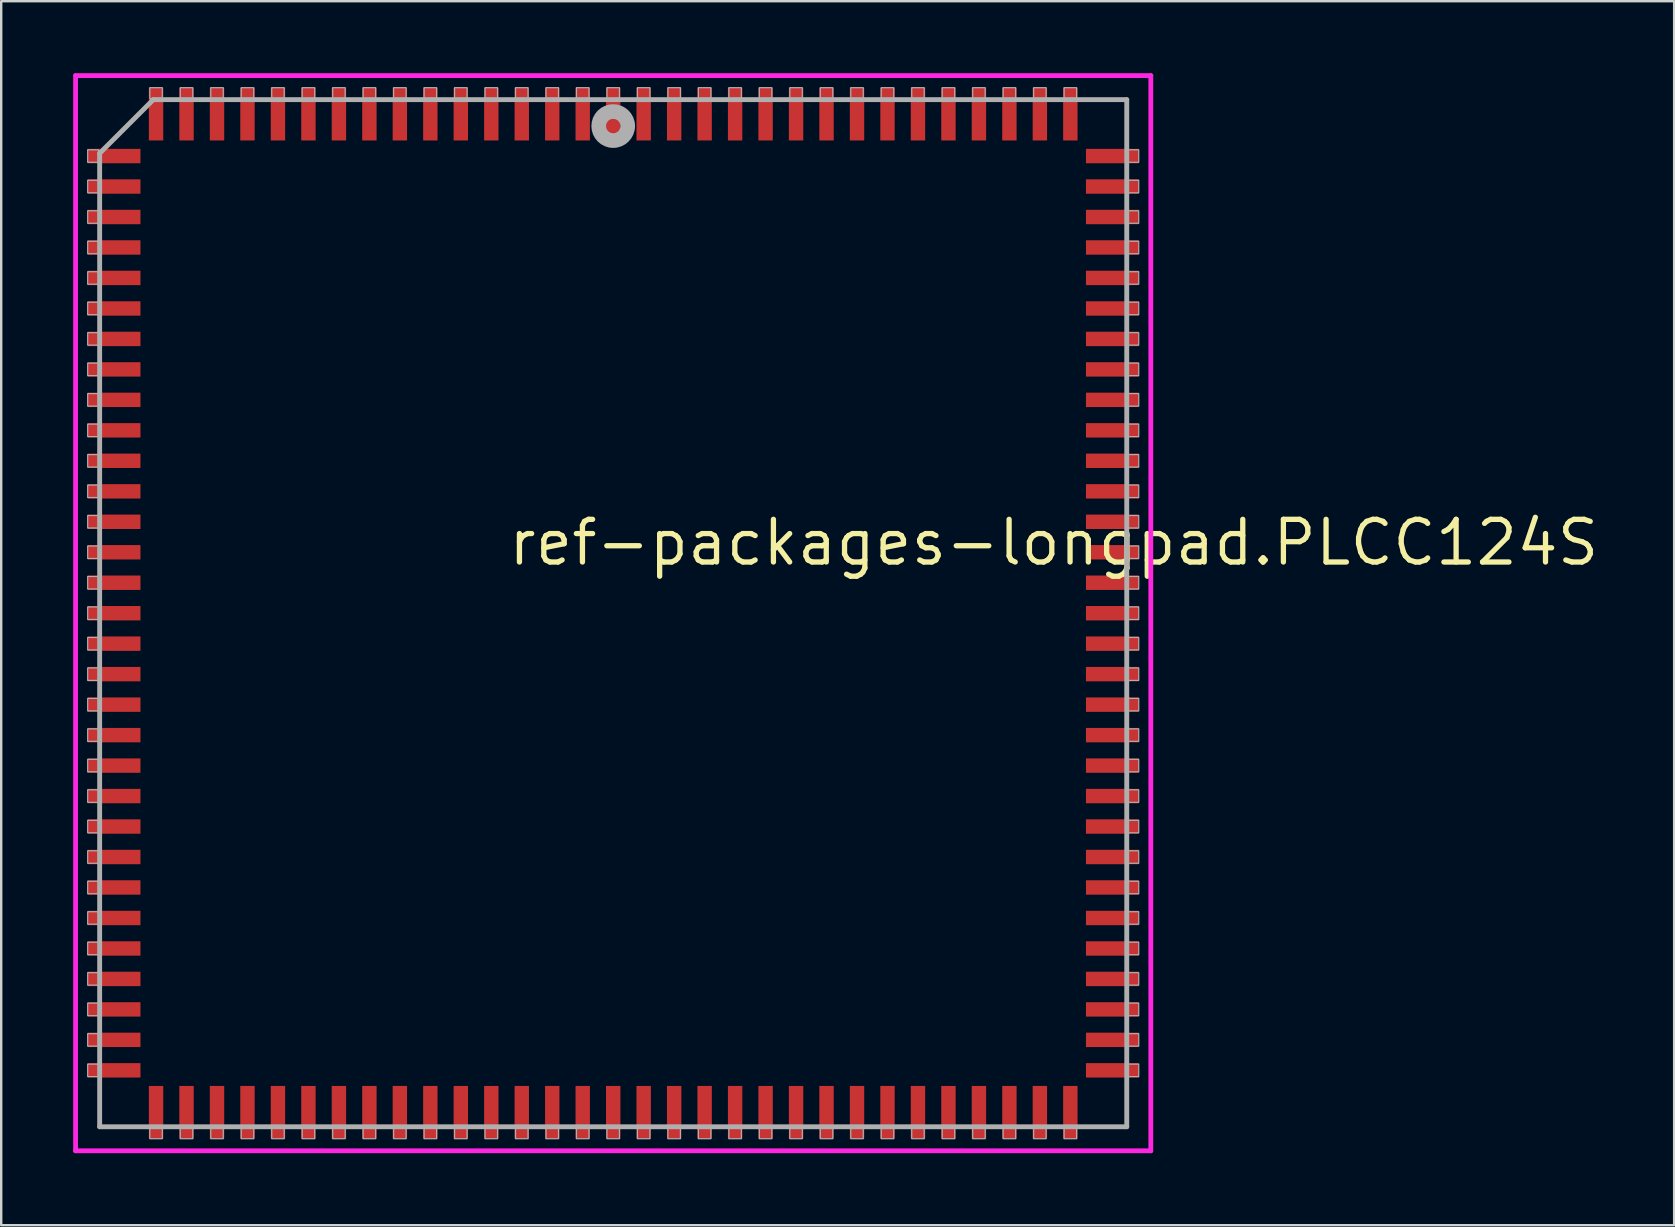
<source format=kicad_pcb>
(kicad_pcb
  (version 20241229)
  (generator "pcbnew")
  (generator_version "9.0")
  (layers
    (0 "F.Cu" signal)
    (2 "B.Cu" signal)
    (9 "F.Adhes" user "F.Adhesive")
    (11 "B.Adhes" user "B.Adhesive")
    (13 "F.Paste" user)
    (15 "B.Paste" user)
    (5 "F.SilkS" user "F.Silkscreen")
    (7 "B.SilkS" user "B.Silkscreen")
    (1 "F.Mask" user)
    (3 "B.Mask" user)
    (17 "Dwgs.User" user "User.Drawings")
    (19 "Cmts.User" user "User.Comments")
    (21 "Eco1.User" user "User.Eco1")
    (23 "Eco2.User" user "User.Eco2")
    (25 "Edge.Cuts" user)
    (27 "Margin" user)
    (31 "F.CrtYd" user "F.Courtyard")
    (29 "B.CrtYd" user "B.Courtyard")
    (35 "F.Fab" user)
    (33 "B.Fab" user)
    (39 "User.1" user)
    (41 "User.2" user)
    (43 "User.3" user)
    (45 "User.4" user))
  (footprint "ref-packages-longpad.PLCC124S"
    (layer "F.Cu")
    (at 22.503 22.503)
    (property "Reference" "ref-packages-longpad.PLCC124S" (at -4.475 -1.905 0) (layer "F.SilkS") (effects (font (size 1.778 1.778) (thickness 0.22)) (justify left bottom)))
    (attr smd)
    (fp_line (start -22.403 -22.403) (end 22.403 -22.403) (stroke (width 0.2) (type default)) (layer "F.CrtYd"))
    (fp_line (start -22.403 22.403) (end -22.403 -22.403) (stroke (width 0.2) (type default)) (layer "F.CrtYd"))
    (fp_line (start 22.403 -22.403) (end 22.403 22.403) (stroke (width 0.2) (type default)) (layer "F.CrtYd"))
    (fp_line (start 22.403 22.403) (end -22.403 22.403) (stroke (width 0.2) (type default)) (layer "F.CrtYd"))
    (fp_line (start -21.4 -19.165) (end -21.4 21.4) (stroke (width 0.203) (type default)) (layer "F.Fab"))
    (fp_line (start -21.4 21.4) (end 21.4 21.4) (stroke (width 0.203) (type default)) (layer "F.Fab"))
    (fp_line (start -19.165 -21.4) (end -21.4 -19.165) (stroke (width 0.203) (type default)) (layer "F.Fab"))
    (fp_line (start 21.4 -21.4) (end -19.165 -21.4) (stroke (width 0.203) (type default)) (layer "F.Fab"))
    (fp_line (start 21.4 21.4) (end 21.4 -21.4) (stroke (width 0.203) (type default)) (layer "F.Fab"))
    (fp_rect (start -21.9 -18.79) (end -21.45 -19.31) (stroke (width 0.05) (type default)) (fill no) (layer "F.Fab"))
    (fp_rect (start -21.9 -17.52) (end -21.45 -18.04) (stroke (width 0.05) (type default)) (fill no) (layer "F.Fab"))
    (fp_rect (start -21.9 -16.25) (end -21.45 -16.77) (stroke (width 0.05) (type default)) (fill no) (layer "F.Fab"))
    (fp_rect (start -21.9 -14.98) (end -21.45 -15.5) (stroke (width 0.05) (type default)) (fill no) (layer "F.Fab"))
    (fp_rect (start -21.9 -13.71) (end -21.45 -14.23) (stroke (width 0.05) (type default)) (fill no) (layer "F.Fab"))
    (fp_rect (start -21.9 -12.44) (end -21.45 -12.96) (stroke (width 0.05) (type default)) (fill no) (layer "F.Fab"))
    (fp_rect (start -21.9 -11.17) (end -21.45 -11.69) (stroke (width 0.05) (type default)) (fill no) (layer "F.Fab"))
    (fp_rect (start -21.9 -9.9) (end -21.45 -10.42) (stroke (width 0.05) (type default)) (fill no) (layer "F.Fab"))
    (fp_rect (start -21.9 -8.63) (end -21.45 -9.15) (stroke (width 0.05) (type default)) (fill no) (layer "F.Fab"))
    (fp_rect (start -21.9 -7.36) (end -21.45 -7.88) (stroke (width 0.05) (type default)) (fill no) (layer "F.Fab"))
    (fp_rect (start -21.9 -6.09) (end -21.45 -6.61) (stroke (width 0.05) (type default)) (fill no) (layer "F.Fab"))
    (fp_rect (start -21.9 -4.82) (end -21.45 -5.34) (stroke (width 0.05) (type default)) (fill no) (layer "F.Fab"))
    (fp_rect (start -21.9 -3.55) (end -21.45 -4.07) (stroke (width 0.05) (type default)) (fill no) (layer "F.Fab"))
    (fp_rect (start -21.9 -2.28) (end -21.45 -2.8) (stroke (width 0.05) (type default)) (fill no) (layer "F.Fab"))
    (fp_rect (start -21.9 -1.01) (end -21.45 -1.53) (stroke (width 0.05) (type default)) (fill no) (layer "F.Fab"))
    (fp_rect (start -21.9 0.26) (end -21.45 -0.26) (stroke (width 0.05) (type default)) (fill no) (layer "F.Fab"))
    (fp_rect (start -21.9 1.53) (end -21.45 1.01) (stroke (width 0.05) (type default)) (fill no) (layer "F.Fab"))
    (fp_rect (start -21.9 2.8) (end -21.45 2.28) (stroke (width 0.05) (type default)) (fill no) (layer "F.Fab"))
    (fp_rect (start -21.9 4.07) (end -21.45 3.55) (stroke (width 0.05) (type default)) (fill no) (layer "F.Fab"))
    (fp_rect (start -21.9 5.34) (end -21.45 4.82) (stroke (width 0.05) (type default)) (fill no) (layer "F.Fab"))
    (fp_rect (start -21.9 6.61) (end -21.45 6.09) (stroke (width 0.05) (type default)) (fill no) (layer "F.Fab"))
    (fp_rect (start -21.9 7.88) (end -21.45 7.36) (stroke (width 0.05) (type default)) (fill no) (layer "F.Fab"))
    (fp_rect (start -21.9 9.15) (end -21.45 8.63) (stroke (width 0.05) (type default)) (fill no) (layer "F.Fab"))
    (fp_rect (start -21.9 10.42) (end -21.45 9.9) (stroke (width 0.05) (type default)) (fill no) (layer "F.Fab"))
    (fp_rect (start -21.9 11.69) (end -21.45 11.17) (stroke (width 0.05) (type default)) (fill no) (layer "F.Fab"))
    (fp_rect (start -21.9 12.96) (end -21.45 12.44) (stroke (width 0.05) (type default)) (fill no) (layer "F.Fab"))
    (fp_rect (start -21.9 14.23) (end -21.45 13.71) (stroke (width 0.05) (type default)) (fill no) (layer "F.Fab"))
    (fp_rect (start -21.9 15.5) (end -21.45 14.98) (stroke (width 0.05) (type default)) (fill no) (layer "F.Fab"))
    (fp_rect (start -21.9 16.77) (end -21.45 16.25) (stroke (width 0.05) (type default)) (fill no) (layer "F.Fab"))
    (fp_rect (start -21.9 18.04) (end -21.45 17.52) (stroke (width 0.05) (type default)) (fill no) (layer "F.Fab"))
    (fp_rect (start -21.9 19.31) (end -21.45 18.79) (stroke (width 0.05) (type default)) (fill no) (layer "F.Fab"))
    (fp_rect (start -19.31 -21.45) (end -18.79 -21.9) (stroke (width 0.05) (type default)) (fill no) (layer "F.Fab"))
    (fp_rect (start -19.31 21.9) (end -18.79 21.45) (stroke (width 0.05) (type default)) (fill no) (layer "F.Fab"))
    (fp_rect (start -18.04 -21.45) (end -17.52 -21.9) (stroke (width 0.05) (type default)) (fill no) (layer "F.Fab"))
    (fp_rect (start -18.04 21.9) (end -17.52 21.45) (stroke (width 0.05) (type default)) (fill no) (layer "F.Fab"))
    (fp_rect (start -16.77 -21.45) (end -16.25 -21.9) (stroke (width 0.05) (type default)) (fill no) (layer "F.Fab"))
    (fp_rect (start -16.77 21.9) (end -16.25 21.45) (stroke (width 0.05) (type default)) (fill no) (layer "F.Fab"))
    (fp_rect (start -15.5 -21.45) (end -14.98 -21.9) (stroke (width 0.05) (type default)) (fill no) (layer "F.Fab"))
    (fp_rect (start -15.5 21.9) (end -14.98 21.45) (stroke (width 0.05) (type default)) (fill no) (layer "F.Fab"))
    (fp_rect (start -14.23 -21.45) (end -13.71 -21.9) (stroke (width 0.05) (type default)) (fill no) (layer "F.Fab"))
    (fp_rect (start -14.23 21.9) (end -13.71 21.45) (stroke (width 0.05) (type default)) (fill no) (layer "F.Fab"))
    (fp_rect (start -12.96 -21.45) (end -12.44 -21.9) (stroke (width 0.05) (type default)) (fill no) (layer "F.Fab"))
    (fp_rect (start -12.96 21.9) (end -12.44 21.45) (stroke (width 0.05) (type default)) (fill no) (layer "F.Fab"))
    (fp_rect (start -11.69 -21.45) (end -11.17 -21.9) (stroke (width 0.05) (type default)) (fill no) (layer "F.Fab"))
    (fp_rect (start -11.69 21.9) (end -11.17 21.45) (stroke (width 0.05) (type default)) (fill no) (layer "F.Fab"))
    (fp_rect (start -10.42 -21.45) (end -9.9 -21.9) (stroke (width 0.05) (type default)) (fill no) (layer "F.Fab"))
    (fp_rect (start -10.42 21.9) (end -9.9 21.45) (stroke (width 0.05) (type default)) (fill no) (layer "F.Fab"))
    (fp_rect (start -9.15 -21.45) (end -8.63 -21.9) (stroke (width 0.05) (type default)) (fill no) (layer "F.Fab"))
    (fp_rect (start -9.15 21.9) (end -8.63 21.45) (stroke (width 0.05) (type default)) (fill no) (layer "F.Fab"))
    (fp_rect (start -7.88 -21.45) (end -7.36 -21.9) (stroke (width 0.05) (type default)) (fill no) (layer "F.Fab"))
    (fp_rect (start -7.88 21.9) (end -7.36 21.45) (stroke (width 0.05) (type default)) (fill no) (layer "F.Fab"))
    (fp_rect (start -6.61 -21.45) (end -6.09 -21.9) (stroke (width 0.05) (type default)) (fill no) (layer "F.Fab"))
    (fp_rect (start -6.61 21.9) (end -6.09 21.45) (stroke (width 0.05) (type default)) (fill no) (layer "F.Fab"))
    (fp_rect (start -5.34 -21.45) (end -4.82 -21.9) (stroke (width 0.05) (type default)) (fill no) (layer "F.Fab"))
    (fp_rect (start -5.34 21.9) (end -4.82 21.45) (stroke (width 0.05) (type default)) (fill no) (layer "F.Fab"))
    (fp_rect (start -4.07 -21.45) (end -3.55 -21.9) (stroke (width 0.05) (type default)) (fill no) (layer "F.Fab"))
    (fp_rect (start -4.07 21.9) (end -3.55 21.45) (stroke (width 0.05) (type default)) (fill no) (layer "F.Fab"))
    (fp_rect (start -2.8 -21.45) (end -2.28 -21.9) (stroke (width 0.05) (type default)) (fill no) (layer "F.Fab"))
    (fp_rect (start -2.8 21.9) (end -2.28 21.45) (stroke (width 0.05) (type default)) (fill no) (layer "F.Fab"))
    (fp_rect (start -1.53 -21.45) (end -1.01 -21.9) (stroke (width 0.05) (type default)) (fill no) (layer "F.Fab"))
    (fp_rect (start -1.53 21.9) (end -1.01 21.45) (stroke (width 0.05) (type default)) (fill no) (layer "F.Fab"))
    (fp_rect (start -0.26 -21.45) (end 0.26 -21.9) (stroke (width 0.05) (type default)) (fill no) (layer "F.Fab"))
    (fp_rect (start -0.26 21.9) (end 0.26 21.45) (stroke (width 0.05) (type default)) (fill no) (layer "F.Fab"))
    (fp_rect (start 1.01 -21.45) (end 1.53 -21.9) (stroke (width 0.05) (type default)) (fill no) (layer "F.Fab"))
    (fp_rect (start 1.01 21.9) (end 1.53 21.45) (stroke (width 0.05) (type default)) (fill no) (layer "F.Fab"))
    (fp_rect (start 2.28 -21.45) (end 2.8 -21.9) (stroke (width 0.05) (type default)) (fill no) (layer "F.Fab"))
    (fp_rect (start 2.28 21.9) (end 2.8 21.45) (stroke (width 0.05) (type default)) (fill no) (layer "F.Fab"))
    (fp_rect (start 3.55 -21.45) (end 4.07 -21.9) (stroke (width 0.05) (type default)) (fill no) (layer "F.Fab"))
    (fp_rect (start 3.55 21.9) (end 4.07 21.45) (stroke (width 0.05) (type default)) (fill no) (layer "F.Fab"))
    (fp_rect (start 4.82 -21.45) (end 5.34 -21.9) (stroke (width 0.05) (type default)) (fill no) (layer "F.Fab"))
    (fp_rect (start 4.82 21.9) (end 5.34 21.45) (stroke (width 0.05) (type default)) (fill no) (layer "F.Fab"))
    (fp_rect (start 6.09 -21.45) (end 6.61 -21.9) (stroke (width 0.05) (type default)) (fill no) (layer "F.Fab"))
    (fp_rect (start 6.09 21.9) (end 6.61 21.45) (stroke (width 0.05) (type default)) (fill no) (layer "F.Fab"))
    (fp_rect (start 7.36 -21.45) (end 7.88 -21.9) (stroke (width 0.05) (type default)) (fill no) (layer "F.Fab"))
    (fp_rect (start 7.36 21.9) (end 7.88 21.45) (stroke (width 0.05) (type default)) (fill no) (layer "F.Fab"))
    (fp_rect (start 8.63 -21.45) (end 9.15 -21.9) (stroke (width 0.05) (type default)) (fill no) (layer "F.Fab"))
    (fp_rect (start 8.63 21.9) (end 9.15 21.45) (stroke (width 0.05) (type default)) (fill no) (layer "F.Fab"))
    (fp_rect (start 9.9 -21.45) (end 10.42 -21.9) (stroke (width 0.05) (type default)) (fill no) (layer "F.Fab"))
    (fp_rect (start 9.9 21.9) (end 10.42 21.45) (stroke (width 0.05) (type default)) (fill no) (layer "F.Fab"))
    (fp_rect (start 11.17 -21.45) (end 11.69 -21.9) (stroke (width 0.05) (type default)) (fill no) (layer "F.Fab"))
    (fp_rect (start 11.17 21.9) (end 11.69 21.45) (stroke (width 0.05) (type default)) (fill no) (layer "F.Fab"))
    (fp_rect (start 12.44 -21.45) (end 12.96 -21.9) (stroke (width 0.05) (type default)) (fill no) (layer "F.Fab"))
    (fp_rect (start 12.44 21.9) (end 12.96 21.45) (stroke (width 0.05) (type default)) (fill no) (layer "F.Fab"))
    (fp_rect (start 13.71 -21.45) (end 14.23 -21.9) (stroke (width 0.05) (type default)) (fill no) (layer "F.Fab"))
    (fp_rect (start 13.71 21.9) (end 14.23 21.45) (stroke (width 0.05) (type default)) (fill no) (layer "F.Fab"))
    (fp_rect (start 14.98 -21.45) (end 15.5 -21.9) (stroke (width 0.05) (type default)) (fill no) (layer "F.Fab"))
    (fp_rect (start 14.98 21.9) (end 15.5 21.45) (stroke (width 0.05) (type default)) (fill no) (layer "F.Fab"))
    (fp_rect (start 16.25 -21.45) (end 16.77 -21.9) (stroke (width 0.05) (type default)) (fill no) (layer "F.Fab"))
    (fp_rect (start 16.25 21.9) (end 16.77 21.45) (stroke (width 0.05) (type default)) (fill no) (layer "F.Fab"))
    (fp_rect (start 17.52 -21.45) (end 18.04 -21.9) (stroke (width 0.05) (type default)) (fill no) (layer "F.Fab"))
    (fp_rect (start 17.52 21.9) (end 18.04 21.45) (stroke (width 0.05) (type default)) (fill no) (layer "F.Fab"))
    (fp_rect (start 18.79 -21.45) (end 19.31 -21.9) (stroke (width 0.05) (type default)) (fill no) (layer "F.Fab"))
    (fp_rect (start 18.79 21.9) (end 19.31 21.45) (stroke (width 0.05) (type default)) (fill no) (layer "F.Fab"))
    (fp_rect (start 21.45 -18.79) (end 21.9 -19.31) (stroke (width 0.05) (type default)) (fill no) (layer "F.Fab"))
    (fp_rect (start 21.45 -17.52) (end 21.9 -18.04) (stroke (width 0.05) (type default)) (fill no) (layer "F.Fab"))
    (fp_rect (start 21.45 -16.25) (end 21.9 -16.77) (stroke (width 0.05) (type default)) (fill no) (layer "F.Fab"))
    (fp_rect (start 21.45 -14.98) (end 21.9 -15.5) (stroke (width 0.05) (type default)) (fill no) (layer "F.Fab"))
    (fp_rect (start 21.45 -13.71) (end 21.9 -14.23) (stroke (width 0.05) (type default)) (fill no) (layer "F.Fab"))
    (fp_rect (start 21.45 -12.44) (end 21.9 -12.96) (stroke (width 0.05) (type default)) (fill no) (layer "F.Fab"))
    (fp_rect (start 21.45 -11.17) (end 21.9 -11.69) (stroke (width 0.05) (type default)) (fill no) (layer "F.Fab"))
    (fp_rect (start 21.45 -9.9) (end 21.9 -10.42) (stroke (width 0.05) (type default)) (fill no) (layer "F.Fab"))
    (fp_rect (start 21.45 -8.63) (end 21.9 -9.15) (stroke (width 0.05) (type default)) (fill no) (layer "F.Fab"))
    (fp_rect (start 21.45 -7.36) (end 21.9 -7.88) (stroke (width 0.05) (type default)) (fill no) (layer "F.Fab"))
    (fp_rect (start 21.45 -6.09) (end 21.9 -6.61) (stroke (width 0.05) (type default)) (fill no) (layer "F.Fab"))
    (fp_rect (start 21.45 -4.82) (end 21.9 -5.34) (stroke (width 0.05) (type default)) (fill no) (layer "F.Fab"))
    (fp_rect (start 21.45 -3.55) (end 21.9 -4.07) (stroke (width 0.05) (type default)) (fill no) (layer "F.Fab"))
    (fp_rect (start 21.45 -2.28) (end 21.9 -2.8) (stroke (width 0.05) (type default)) (fill no) (layer "F.Fab"))
    (fp_rect (start 21.45 -1.01) (end 21.9 -1.53) (stroke (width 0.05) (type default)) (fill no) (layer "F.Fab"))
    (fp_rect (start 21.45 0.26) (end 21.9 -0.26) (stroke (width 0.05) (type default)) (fill no) (layer "F.Fab"))
    (fp_rect (start 21.45 1.53) (end 21.9 1.01) (stroke (width 0.05) (type default)) (fill no) (layer "F.Fab"))
    (fp_rect (start 21.45 2.8) (end 21.9 2.28) (stroke (width 0.05) (type default)) (fill no) (layer "F.Fab"))
    (fp_rect (start 21.45 4.07) (end 21.9 3.55) (stroke (width 0.05) (type default)) (fill no) (layer "F.Fab"))
    (fp_rect (start 21.45 5.34) (end 21.9 4.82) (stroke (width 0.05) (type default)) (fill no) (layer "F.Fab"))
    (fp_rect (start 21.45 6.61) (end 21.9 6.09) (stroke (width 0.05) (type default)) (fill no) (layer "F.Fab"))
    (fp_rect (start 21.45 7.88) (end 21.9 7.36) (stroke (width 0.05) (type default)) (fill no) (layer "F.Fab"))
    (fp_rect (start 21.45 9.15) (end 21.9 8.63) (stroke (width 0.05) (type default)) (fill no) (layer "F.Fab"))
    (fp_rect (start 21.45 10.42) (end 21.9 9.9) (stroke (width 0.05) (type default)) (fill no) (layer "F.Fab"))
    (fp_rect (start 21.45 11.69) (end 21.9 11.17) (stroke (width 0.05) (type default)) (fill no) (layer "F.Fab"))
    (fp_rect (start 21.45 12.96) (end 21.9 12.44) (stroke (width 0.05) (type default)) (fill no) (layer "F.Fab"))
    (fp_rect (start 21.45 14.23) (end 21.9 13.71) (stroke (width 0.05) (type default)) (fill no) (layer "F.Fab"))
    (fp_rect (start 21.45 15.5) (end 21.9 14.98) (stroke (width 0.05) (type default)) (fill no) (layer "F.Fab"))
    (fp_rect (start 21.45 16.77) (end 21.9 16.25) (stroke (width 0.05) (type default)) (fill no) (layer "F.Fab"))
    (fp_rect (start 21.45 18.04) (end 21.9 17.52) (stroke (width 0.05) (type default)) (fill no) (layer "F.Fab"))
    (fp_rect (start 21.45 19.31) (end 21.9 18.79) (stroke (width 0.05) (type default)) (fill no) (layer "F.Fab"))
    (fp_circle (center 0 -20.3) (end 0.3 -20.3) (stroke (width 0.61) (type default)) (fill no) (layer "F.Fab"))
    (pad "1" smd roundrect (at 0 -20.8) (size 0.6 2.2) (layers "F.Cu" "F.Mask" "F.Paste") (roundrect_rratio 0.01))
    (pad "2" smd roundrect (at -1.27 -20.8) (size 0.6 2.2) (layers "F.Cu" "F.Mask" "F.Paste") (roundrect_rratio 0.01))
    (pad "3" smd roundrect (at -2.54 -20.8) (size 0.6 2.2) (layers "F.Cu" "F.Mask" "F.Paste") (roundrect_rratio 0.01))
    (pad "4" smd roundrect (at -3.81 -20.8) (size 0.6 2.2) (layers "F.Cu" "F.Mask" "F.Paste") (roundrect_rratio 0.01))
    (pad "5" smd roundrect (at -5.08 -20.8) (size 0.6 2.2) (layers "F.Cu" "F.Mask" "F.Paste") (roundrect_rratio 0.01))
    (pad "6" smd roundrect (at -6.35 -20.8) (size 0.6 2.2) (layers "F.Cu" "F.Mask" "F.Paste") (roundrect_rratio 0.01))
    (pad "7" smd roundrect (at -7.62 -20.8) (size 0.6 2.2) (layers "F.Cu" "F.Mask" "F.Paste") (roundrect_rratio 0.01))
    (pad "8" smd roundrect (at -8.89 -20.8) (size 0.6 2.2) (layers "F.Cu" "F.Mask" "F.Paste") (roundrect_rratio 0.01))
    (pad "9" smd roundrect (at -10.16 -20.8) (size 0.6 2.2) (layers "F.Cu" "F.Mask" "F.Paste") (roundrect_rratio 0.01))
    (pad "10" smd roundrect (at -11.43 -20.8) (size 0.6 2.2) (layers "F.Cu" "F.Mask" "F.Paste") (roundrect_rratio 0.01))
    (pad "11" smd roundrect (at -12.7 -20.8) (size 0.6 2.2) (layers "F.Cu" "F.Mask" "F.Paste") (roundrect_rratio 0.01))
    (pad "12" smd roundrect (at -13.97 -20.8) (size 0.6 2.2) (layers "F.Cu" "F.Mask" "F.Paste") (roundrect_rratio 0.01))
    (pad "13" smd roundrect (at -15.24 -20.8) (size 0.6 2.2) (layers "F.Cu" "F.Mask" "F.Paste") (roundrect_rratio 0.01))
    (pad "14" smd roundrect (at -16.51 -20.8) (size 0.6 2.2) (layers "F.Cu" "F.Mask" "F.Paste") (roundrect_rratio 0.01))
    (pad "15" smd roundrect (at -17.78 -20.8) (size 0.6 2.2) (layers "F.Cu" "F.Mask" "F.Paste") (roundrect_rratio 0.01))
    (pad "16" smd roundrect (at -19.05 -20.8) (size 0.6 2.2) (layers "F.Cu" "F.Mask" "F.Paste") (roundrect_rratio 0.01))
    (pad "17" smd roundrect (at -20.8 -19.05) (size 2.2 0.6) (layers "F.Cu" "F.Mask" "F.Paste") (roundrect_rratio 0.01))
    (pad "18" smd roundrect (at -20.8 -17.78) (size 2.2 0.6) (layers "F.Cu" "F.Mask" "F.Paste") (roundrect_rratio 0.01))
    (pad "19" smd roundrect (at -20.8 -16.51) (size 2.2 0.6) (layers "F.Cu" "F.Mask" "F.Paste") (roundrect_rratio 0.01))
    (pad "20" smd roundrect (at -20.8 -15.24) (size 2.2 0.6) (layers "F.Cu" "F.Mask" "F.Paste") (roundrect_rratio 0.01))
    (pad "21" smd roundrect (at -20.8 -13.97) (size 2.2 0.6) (layers "F.Cu" "F.Mask" "F.Paste") (roundrect_rratio 0.01))
    (pad "22" smd roundrect (at -20.8 -12.7) (size 2.2 0.6) (layers "F.Cu" "F.Mask" "F.Paste") (roundrect_rratio 0.01))
    (pad "23" smd roundrect (at -20.8 -11.43) (size 2.2 0.6) (layers "F.Cu" "F.Mask" "F.Paste") (roundrect_rratio 0.01))
    (pad "24" smd roundrect (at -20.8 -10.16) (size 2.2 0.6) (layers "F.Cu" "F.Mask" "F.Paste") (roundrect_rratio 0.01))
    (pad "25" smd roundrect (at -20.8 -8.89) (size 2.2 0.6) (layers "F.Cu" "F.Mask" "F.Paste") (roundrect_rratio 0.01))
    (pad "26" smd roundrect (at -20.8 -7.62) (size 2.2 0.6) (layers "F.Cu" "F.Mask" "F.Paste") (roundrect_rratio 0.01))
    (pad "27" smd roundrect (at -20.8 -6.35) (size 2.2 0.6) (layers "F.Cu" "F.Mask" "F.Paste") (roundrect_rratio 0.01))
    (pad "28" smd roundrect (at -20.8 -5.08) (size 2.2 0.6) (layers "F.Cu" "F.Mask" "F.Paste") (roundrect_rratio 0.01))
    (pad "29" smd roundrect (at -20.8 -3.81) (size 2.2 0.6) (layers "F.Cu" "F.Mask" "F.Paste") (roundrect_rratio 0.01))
    (pad "30" smd roundrect (at -20.8 -2.54) (size 2.2 0.6) (layers "F.Cu" "F.Mask" "F.Paste") (roundrect_rratio 0.01))
    (pad "31" smd roundrect (at -20.8 -1.27) (size 2.2 0.6) (layers "F.Cu" "F.Mask" "F.Paste") (roundrect_rratio 0.01))
    (pad "32" smd roundrect (at -20.8 0) (size 2.2 0.6) (layers "F.Cu" "F.Mask" "F.Paste") (roundrect_rratio 0.01))
    (pad "33" smd roundrect (at -20.8 1.27) (size 2.2 0.6) (layers "F.Cu" "F.Mask" "F.Paste") (roundrect_rratio 0.01))
    (pad "34" smd roundrect (at -20.8 2.54) (size 2.2 0.6) (layers "F.Cu" "F.Mask" "F.Paste") (roundrect_rratio 0.01))
    (pad "35" smd roundrect (at -20.8 3.81) (size 2.2 0.6) (layers "F.Cu" "F.Mask" "F.Paste") (roundrect_rratio 0.01))
    (pad "36" smd roundrect (at -20.8 5.08) (size 2.2 0.6) (layers "F.Cu" "F.Mask" "F.Paste") (roundrect_rratio 0.01))
    (pad "37" smd roundrect (at -20.8 6.35) (size 2.2 0.6) (layers "F.Cu" "F.Mask" "F.Paste") (roundrect_rratio 0.01))
    (pad "38" smd roundrect (at -20.8 7.62) (size 2.2 0.6) (layers "F.Cu" "F.Mask" "F.Paste") (roundrect_rratio 0.01))
    (pad "39" smd roundrect (at -20.8 8.89) (size 2.2 0.6) (layers "F.Cu" "F.Mask" "F.Paste") (roundrect_rratio 0.01))
    (pad "40" smd roundrect (at -20.8 10.16) (size 2.2 0.6) (layers "F.Cu" "F.Mask" "F.Paste") (roundrect_rratio 0.01))
    (pad "41" smd roundrect (at -20.8 11.43) (size 2.2 0.6) (layers "F.Cu" "F.Mask" "F.Paste") (roundrect_rratio 0.01))
    (pad "42" smd roundrect (at -20.8 12.7) (size 2.2 0.6) (layers "F.Cu" "F.Mask" "F.Paste") (roundrect_rratio 0.01))
    (pad "43" smd roundrect (at -20.8 13.97) (size 2.2 0.6) (layers "F.Cu" "F.Mask" "F.Paste") (roundrect_rratio 0.01))
    (pad "44" smd roundrect (at -20.8 15.24) (size 2.2 0.6) (layers "F.Cu" "F.Mask" "F.Paste") (roundrect_rratio 0.01))
    (pad "45" smd roundrect (at -20.8 16.51) (size 2.2 0.6) (layers "F.Cu" "F.Mask" "F.Paste") (roundrect_rratio 0.01))
    (pad "46" smd roundrect (at -20.8 17.78) (size 2.2 0.6) (layers "F.Cu" "F.Mask" "F.Paste") (roundrect_rratio 0.01))
    (pad "47" smd roundrect (at -20.8 19.05) (size 2.2 0.6) (layers "F.Cu" "F.Mask" "F.Paste") (roundrect_rratio 0.01))
    (pad "48" smd roundrect (at -19.05 20.8) (size 0.6 2.2) (layers "F.Cu" "F.Mask" "F.Paste") (roundrect_rratio 0.01))
    (pad "49" smd roundrect (at -17.78 20.8) (size 0.6 2.2) (layers "F.Cu" "F.Mask" "F.Paste") (roundrect_rratio 0.01))
    (pad "50" smd roundrect (at -16.51 20.8) (size 0.6 2.2) (layers "F.Cu" "F.Mask" "F.Paste") (roundrect_rratio 0.01))
    (pad "51" smd roundrect (at -15.24 20.8) (size 0.6 2.2) (layers "F.Cu" "F.Mask" "F.Paste") (roundrect_rratio 0.01))
    (pad "52" smd roundrect (at -13.97 20.8) (size 0.6 2.2) (layers "F.Cu" "F.Mask" "F.Paste") (roundrect_rratio 0.01))
    (pad "53" smd roundrect (at -12.7 20.8) (size 0.6 2.2) (layers "F.Cu" "F.Mask" "F.Paste") (roundrect_rratio 0.01))
    (pad "54" smd roundrect (at -11.43 20.8) (size 0.6 2.2) (layers "F.Cu" "F.Mask" "F.Paste") (roundrect_rratio 0.01))
    (pad "55" smd roundrect (at -10.16 20.8) (size 0.6 2.2) (layers "F.Cu" "F.Mask" "F.Paste") (roundrect_rratio 0.01))
    (pad "56" smd roundrect (at -8.89 20.8) (size 0.6 2.2) (layers "F.Cu" "F.Mask" "F.Paste") (roundrect_rratio 0.01))
    (pad "57" smd roundrect (at -7.62 20.8) (size 0.6 2.2) (layers "F.Cu" "F.Mask" "F.Paste") (roundrect_rratio 0.01))
    (pad "58" smd roundrect (at -6.35 20.8) (size 0.6 2.2) (layers "F.Cu" "F.Mask" "F.Paste") (roundrect_rratio 0.01))
    (pad "59" smd roundrect (at -5.08 20.8) (size 0.6 2.2) (layers "F.Cu" "F.Mask" "F.Paste") (roundrect_rratio 0.01))
    (pad "60" smd roundrect (at -3.81 20.8) (size 0.6 2.2) (layers "F.Cu" "F.Mask" "F.Paste") (roundrect_rratio 0.01))
    (pad "61" smd roundrect (at -2.54 20.8) (size 0.6 2.2) (layers "F.Cu" "F.Mask" "F.Paste") (roundrect_rratio 0.01))
    (pad "62" smd roundrect (at -1.27 20.8) (size 0.6 2.2) (layers "F.Cu" "F.Mask" "F.Paste") (roundrect_rratio 0.01))
    (pad "63" smd roundrect (at 0 20.8) (size 0.6 2.2) (layers "F.Cu" "F.Mask" "F.Paste") (roundrect_rratio 0.01))
    (pad "64" smd roundrect (at 1.27 20.8) (size 0.6 2.2) (layers "F.Cu" "F.Mask" "F.Paste") (roundrect_rratio 0.01))
    (pad "65" smd roundrect (at 2.54 20.8) (size 0.6 2.2) (layers "F.Cu" "F.Mask" "F.Paste") (roundrect_rratio 0.01))
    (pad "66" smd roundrect (at 3.81 20.8) (size 0.6 2.2) (layers "F.Cu" "F.Mask" "F.Paste") (roundrect_rratio 0.01))
    (pad "67" smd roundrect (at 5.08 20.8) (size 0.6 2.2) (layers "F.Cu" "F.Mask" "F.Paste") (roundrect_rratio 0.01))
    (pad "68" smd roundrect (at 6.35 20.8) (size 0.6 2.2) (layers "F.Cu" "F.Mask" "F.Paste") (roundrect_rratio 0.01))
    (pad "69" smd roundrect (at 7.62 20.8) (size 0.6 2.2) (layers "F.Cu" "F.Mask" "F.Paste") (roundrect_rratio 0.01))
    (pad "70" smd roundrect (at 8.89 20.8) (size 0.6 2.2) (layers "F.Cu" "F.Mask" "F.Paste") (roundrect_rratio 0.01))
    (pad "71" smd roundrect (at 10.16 20.8) (size 0.6 2.2) (layers "F.Cu" "F.Mask" "F.Paste") (roundrect_rratio 0.01))
    (pad "72" smd roundrect (at 11.43 20.8) (size 0.6 2.2) (layers "F.Cu" "F.Mask" "F.Paste") (roundrect_rratio 0.01))
    (pad "73" smd roundrect (at 12.7 20.8) (size 0.6 2.2) (layers "F.Cu" "F.Mask" "F.Paste") (roundrect_rratio 0.01))
    (pad "74" smd roundrect (at 13.97 20.8) (size 0.6 2.2) (layers "F.Cu" "F.Mask" "F.Paste") (roundrect_rratio 0.01))
    (pad "75" smd roundrect (at 15.24 20.8) (size 0.6 2.2) (layers "F.Cu" "F.Mask" "F.Paste") (roundrect_rratio 0.01))
    (pad "76" smd roundrect (at 16.51 20.8) (size 0.6 2.2) (layers "F.Cu" "F.Mask" "F.Paste") (roundrect_rratio 0.01))
    (pad "77" smd roundrect (at 17.78 20.8) (size 0.6 2.2) (layers "F.Cu" "F.Mask" "F.Paste") (roundrect_rratio 0.01))
    (pad "78" smd roundrect (at 19.05 20.8) (size 0.6 2.2) (layers "F.Cu" "F.Mask" "F.Paste") (roundrect_rratio 0.01))
    (pad "79" smd roundrect (at 20.8 19.05) (size 2.2 0.6) (layers "F.Cu" "F.Mask" "F.Paste") (roundrect_rratio 0.01))
    (pad "80" smd roundrect (at 20.8 17.78) (size 2.2 0.6) (layers "F.Cu" "F.Mask" "F.Paste") (roundrect_rratio 0.01))
    (pad "81" smd roundrect (at 20.8 16.51) (size 2.2 0.6) (layers "F.Cu" "F.Mask" "F.Paste") (roundrect_rratio 0.01))
    (pad "82" smd roundrect (at 20.8 15.24) (size 2.2 0.6) (layers "F.Cu" "F.Mask" "F.Paste") (roundrect_rratio 0.01))
    (pad "83" smd roundrect (at 20.8 13.97) (size 2.2 0.6) (layers "F.Cu" "F.Mask" "F.Paste") (roundrect_rratio 0.01))
    (pad "84" smd roundrect (at 20.8 12.7) (size 2.2 0.6) (layers "F.Cu" "F.Mask" "F.Paste") (roundrect_rratio 0.01))
    (pad "85" smd roundrect (at 20.8 11.43) (size 2.2 0.6) (layers "F.Cu" "F.Mask" "F.Paste") (roundrect_rratio 0.01))
    (pad "86" smd roundrect (at 20.8 10.16) (size 2.2 0.6) (layers "F.Cu" "F.Mask" "F.Paste") (roundrect_rratio 0.01))
    (pad "87" smd roundrect (at 20.8 8.89) (size 2.2 0.6) (layers "F.Cu" "F.Mask" "F.Paste") (roundrect_rratio 0.01))
    (pad "88" smd roundrect (at 20.8 7.62) (size 2.2 0.6) (layers "F.Cu" "F.Mask" "F.Paste") (roundrect_rratio 0.01))
    (pad "89" smd roundrect (at 20.8 6.35) (size 2.2 0.6) (layers "F.Cu" "F.Mask" "F.Paste") (roundrect_rratio 0.01))
    (pad "90" smd roundrect (at 20.8 5.08) (size 2.2 0.6) (layers "F.Cu" "F.Mask" "F.Paste") (roundrect_rratio 0.01))
    (pad "91" smd roundrect (at 20.8 3.81) (size 2.2 0.6) (layers "F.Cu" "F.Mask" "F.Paste") (roundrect_rratio 0.01))
    (pad "92" smd roundrect (at 20.8 2.54) (size 2.2 0.6) (layers "F.Cu" "F.Mask" "F.Paste") (roundrect_rratio 0.01))
    (pad "93" smd roundrect (at 20.8 1.27) (size 2.2 0.6) (layers "F.Cu" "F.Mask" "F.Paste") (roundrect_rratio 0.01))
    (pad "94" smd roundrect (at 20.8 0) (size 2.2 0.6) (layers "F.Cu" "F.Mask" "F.Paste") (roundrect_rratio 0.01))
    (pad "95" smd roundrect (at 20.8 -1.27) (size 2.2 0.6) (layers "F.Cu" "F.Mask" "F.Paste") (roundrect_rratio 0.01))
    (pad "96" smd roundrect (at 20.8 -2.54) (size 2.2 0.6) (layers "F.Cu" "F.Mask" "F.Paste") (roundrect_rratio 0.01))
    (pad "97" smd roundrect (at 20.8 -3.81) (size 2.2 0.6) (layers "F.Cu" "F.Mask" "F.Paste") (roundrect_rratio 0.01))
    (pad "98" smd roundrect (at 20.8 -5.08) (size 2.2 0.6) (layers "F.Cu" "F.Mask" "F.Paste") (roundrect_rratio 0.01))
    (pad "99" smd roundrect (at 20.8 -6.35) (size 2.2 0.6) (layers "F.Cu" "F.Mask" "F.Paste") (roundrect_rratio 0.01))
    (pad "100" smd roundrect (at 20.8 -7.62) (size 2.2 0.6) (layers "F.Cu" "F.Mask" "F.Paste") (roundrect_rratio 0.01))
    (pad "101" smd roundrect (at 20.8 -8.89) (size 2.2 0.6) (layers "F.Cu" "F.Mask" "F.Paste") (roundrect_rratio 0.01))
    (pad "102" smd roundrect (at 20.8 -10.16) (size 2.2 0.6) (layers "F.Cu" "F.Mask" "F.Paste") (roundrect_rratio 0.01))
    (pad "103" smd roundrect (at 20.8 -11.43) (size 2.2 0.6) (layers "F.Cu" "F.Mask" "F.Paste") (roundrect_rratio 0.01))
    (pad "104" smd roundrect (at 20.8 -12.7) (size 2.2 0.6) (layers "F.Cu" "F.Mask" "F.Paste") (roundrect_rratio 0.01))
    (pad "105" smd roundrect (at 20.8 -13.97) (size 2.2 0.6) (layers "F.Cu" "F.Mask" "F.Paste") (roundrect_rratio 0.01))
    (pad "106" smd roundrect (at 20.8 -15.24) (size 2.2 0.6) (layers "F.Cu" "F.Mask" "F.Paste") (roundrect_rratio 0.01))
    (pad "107" smd roundrect (at 20.8 -16.51) (size 2.2 0.6) (layers "F.Cu" "F.Mask" "F.Paste") (roundrect_rratio 0.01))
    (pad "108" smd roundrect (at 20.8 -17.78) (size 2.2 0.6) (layers "F.Cu" "F.Mask" "F.Paste") (roundrect_rratio 0.01))
    (pad "109" smd roundrect (at 20.8 -19.05) (size 2.2 0.6) (layers "F.Cu" "F.Mask" "F.Paste") (roundrect_rratio 0.01))
    (pad "110" smd roundrect (at 19.05 -20.8) (size 0.6 2.2) (layers "F.Cu" "F.Mask" "F.Paste") (roundrect_rratio 0.01))
    (pad "111" smd roundrect (at 17.78 -20.8) (size 0.6 2.2) (layers "F.Cu" "F.Mask" "F.Paste") (roundrect_rratio 0.01))
    (pad "112" smd roundrect (at 16.51 -20.8) (size 0.6 2.2) (layers "F.Cu" "F.Mask" "F.Paste") (roundrect_rratio 0.01))
    (pad "113" smd roundrect (at 15.24 -20.8) (size 0.6 2.2) (layers "F.Cu" "F.Mask" "F.Paste") (roundrect_rratio 0.01))
    (pad "114" smd roundrect (at 13.97 -20.8) (size 0.6 2.2) (layers "F.Cu" "F.Mask" "F.Paste") (roundrect_rratio 0.01))
    (pad "115" smd roundrect (at 12.7 -20.8) (size 0.6 2.2) (layers "F.Cu" "F.Mask" "F.Paste") (roundrect_rratio 0.01))
    (pad "116" smd roundrect (at 11.43 -20.8) (size 0.6 2.2) (layers "F.Cu" "F.Mask" "F.Paste") (roundrect_rratio 0.01))
    (pad "117" smd roundrect (at 10.16 -20.8) (size 0.6 2.2) (layers "F.Cu" "F.Mask" "F.Paste") (roundrect_rratio 0.01))
    (pad "118" smd roundrect (at 8.89 -20.8) (size 0.6 2.2) (layers "F.Cu" "F.Mask" "F.Paste") (roundrect_rratio 0.01))
    (pad "119" smd roundrect (at 7.62 -20.8) (size 0.6 2.2) (layers "F.Cu" "F.Mask" "F.Paste") (roundrect_rratio 0.01))
    (pad "120" smd roundrect (at 6.35 -20.8) (size 0.6 2.2) (layers "F.Cu" "F.Mask" "F.Paste") (roundrect_rratio 0.01))
    (pad "121" smd roundrect (at 5.08 -20.8) (size 0.6 2.2) (layers "F.Cu" "F.Mask" "F.Paste") (roundrect_rratio 0.01))
    (pad "122" smd roundrect (at 3.81 -20.8) (size 0.6 2.2) (layers "F.Cu" "F.Mask" "F.Paste") (roundrect_rratio 0.01))
    (pad "123" smd roundrect (at 2.54 -20.8) (size 0.6 2.2) (layers "F.Cu" "F.Mask" "F.Paste") (roundrect_rratio 0.01))
    (pad "124" smd roundrect (at 1.27 -20.8) (size 0.6 2.2) (layers "F.Cu" "F.Mask" "F.Paste") (roundrect_rratio 0.01)))
  (gr_rect
    (start -3 -3)
    (end 66.714 48.006)
    (stroke (width 0.1) (type default))
    (fill no)
    (layer "Edge.Cuts")))
</source>
